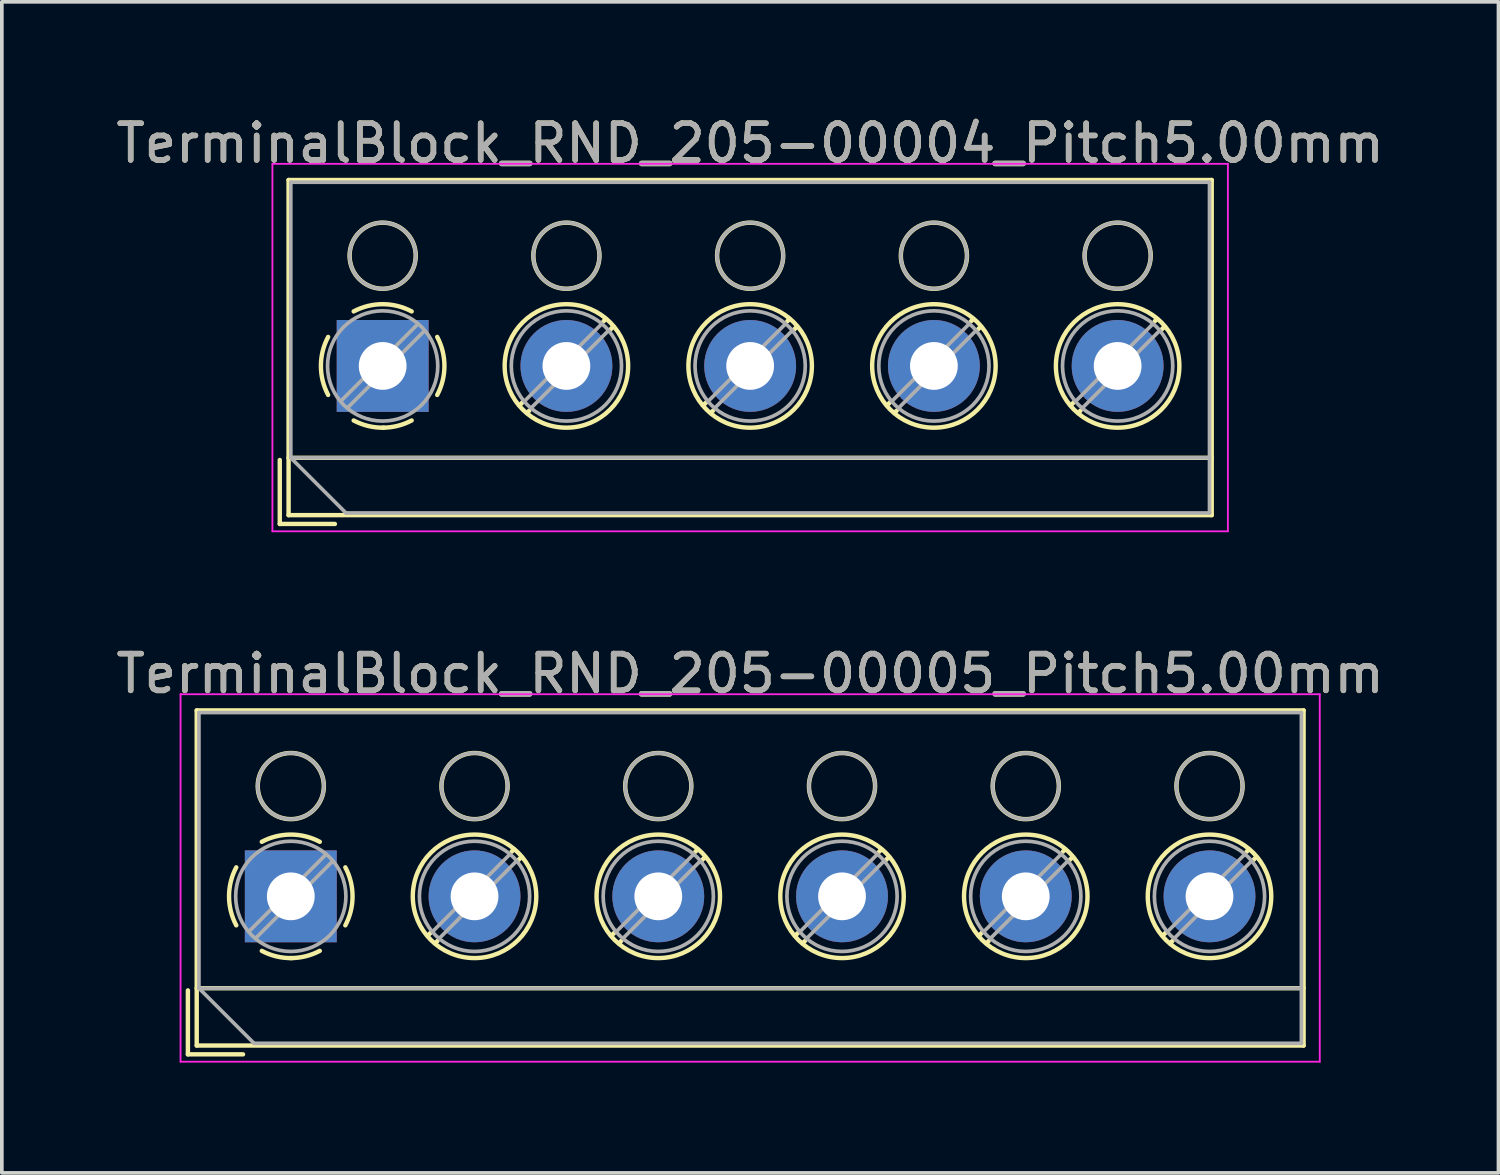
<source format=kicad_pcb>
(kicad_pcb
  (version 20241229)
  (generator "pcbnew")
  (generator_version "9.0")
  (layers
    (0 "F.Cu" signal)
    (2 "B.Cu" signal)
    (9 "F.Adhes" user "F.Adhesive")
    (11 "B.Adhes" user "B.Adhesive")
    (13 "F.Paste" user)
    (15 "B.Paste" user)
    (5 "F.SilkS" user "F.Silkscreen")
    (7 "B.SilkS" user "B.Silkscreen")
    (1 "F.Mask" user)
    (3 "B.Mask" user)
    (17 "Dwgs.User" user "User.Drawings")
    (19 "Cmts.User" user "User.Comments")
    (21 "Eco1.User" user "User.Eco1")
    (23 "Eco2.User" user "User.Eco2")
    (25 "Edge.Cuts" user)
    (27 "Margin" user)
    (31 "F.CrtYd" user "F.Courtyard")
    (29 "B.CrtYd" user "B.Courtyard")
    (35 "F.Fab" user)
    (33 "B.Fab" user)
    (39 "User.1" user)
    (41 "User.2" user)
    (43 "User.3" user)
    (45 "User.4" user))
  (footprint "TerminalBlock_RND_205-00004_Pitch5.00mm"
    (layer "F.Cu")
    (at 7.363 6.908)
    (property "Reference" "TerminalBlock_RND_205-00004_Pitch5.00mm" (at 10 -6.06 0) (layer "F.SilkS") (effects (font (size 1 1) (thickness 0.15))))
    (attr through_hole)
    (fp_line (start -2.8 2.56) (end -2.8 4.3) (stroke (width 0.12) (type solid)) (layer "F.SilkS"))
    (fp_line (start -2.8 4.3) (end -1.3 4.3) (stroke (width 0.12) (type solid)) (layer "F.SilkS"))
    (fp_line (start -2.56 -5.06) (end -2.56 4.06) (stroke (width 0.12) (type solid)) (layer "F.SilkS"))
    (fp_line (start -2.56 2.5) (end 22.56 2.5) (stroke (width 0.12) (type solid)) (layer "F.SilkS"))
    (fp_line (start -2.56 4.06) (end 22.56 4.06) (stroke (width 0.12) (type solid)) (layer "F.SilkS"))
    (fp_line (start 3.82 0.976) (end 3.726 1.069) (stroke (width 0.12) (type solid)) (layer "F.SilkS"))
    (fp_line (start 3.99 1.216) (end 3.931 1.274) (stroke (width 0.12) (type solid)) (layer "F.SilkS"))
    (fp_line (start 6.07 -1.275) (end 6.011 -1.216) (stroke (width 0.12) (type solid)) (layer "F.SilkS"))
    (fp_line (start 6.275 -1.069) (end 6.181 -0.976) (stroke (width 0.12) (type solid)) (layer "F.SilkS"))
    (fp_line (start 8.82 0.976) (end 8.726 1.069) (stroke (width 0.12) (type solid)) (layer "F.SilkS"))
    (fp_line (start 8.99 1.216) (end 8.931 1.274) (stroke (width 0.12) (type solid)) (layer "F.SilkS"))
    (fp_line (start 11.07 -1.275) (end 11.011 -1.216) (stroke (width 0.12) (type solid)) (layer "F.SilkS"))
    (fp_line (start 11.275 -1.069) (end 11.181 -0.976) (stroke (width 0.12) (type solid)) (layer "F.SilkS"))
    (fp_line (start 13.82 0.976) (end 13.726 1.069) (stroke (width 0.12) (type solid)) (layer "F.SilkS"))
    (fp_line (start 13.99 1.216) (end 13.931 1.274) (stroke (width 0.12) (type solid)) (layer "F.SilkS"))
    (fp_line (start 16.07 -1.275) (end 16.011 -1.216) (stroke (width 0.12) (type solid)) (layer "F.SilkS"))
    (fp_line (start 16.275 -1.069) (end 16.181 -0.976) (stroke (width 0.12) (type solid)) (layer "F.SilkS"))
    (fp_line (start 18.82 0.976) (end 18.726 1.069) (stroke (width 0.12) (type solid)) (layer "F.SilkS"))
    (fp_line (start 18.99 1.216) (end 18.931 1.274) (stroke (width 0.12) (type solid)) (layer "F.SilkS"))
    (fp_line (start 21.07 -1.275) (end 21.011 -1.216) (stroke (width 0.12) (type solid)) (layer "F.SilkS"))
    (fp_line (start 21.275 -1.069) (end 21.181 -0.976) (stroke (width 0.12) (type solid)) (layer "F.SilkS"))
    (fp_line (start 22.56 -5.06) (end -2.56 -5.06) (stroke (width 0.12) (type solid)) (layer "F.SilkS"))
    (fp_line (start 22.56 4.06) (end 22.56 -5.06) (stroke (width 0.12) (type solid)) (layer "F.SilkS"))
    (fp_arc (start -1.483953 0.789089) (mid -1.680708 0.00005) (end -1.484 -0.789) (stroke (width 0.12) (type solid)) (layer "F.SilkS"))
    (fp_arc (start -0.789089 -1.483953) (mid -0.00005 -1.680708) (end 0.789 -1.484) (stroke (width 0.12) (type solid)) (layer "F.SilkS"))
    (fp_arc (start 0.029383 1.68045) (mid -0.392304 1.634281) (end -0.789 1.484) (stroke (width 0.12) (type solid)) (layer "F.SilkS"))
    (fp_arc (start 0.788712 1.483352) (mid 0.406429 1.630097) (end 0 1.68) (stroke (width 0.12) (type solid)) (layer "F.SilkS"))
    (fp_arc (start 1.483953 -0.789089) (mid 1.680708 -0.00005) (end 1.484 0.789) (stroke (width 0.12) (type solid)) (layer "F.SilkS"))
    (fp_circle (center 0 -3) (end 0.9 -3) (stroke (width 0.12) (type solid)) (fill no) (layer "F.SilkS"))
    (fp_circle (center 5 -3) (end 5.9 -3) (stroke (width 0.12) (type solid)) (fill no) (layer "F.SilkS"))
    (fp_circle (center 5 0) (end 6.68 0) (stroke (width 0.12) (type solid)) (fill no) (layer "F.SilkS"))
    (fp_circle (center 10 -3) (end 10.9 -3) (stroke (width 0.12) (type solid)) (fill no) (layer "F.SilkS"))
    (fp_circle (center 10 0) (end 11.68 0) (stroke (width 0.12) (type solid)) (fill no) (layer "F.SilkS"))
    (fp_circle (center 15 -3) (end 15.9 -3) (stroke (width 0.12) (type solid)) (fill no) (layer "F.SilkS"))
    (fp_circle (center 15 0) (end 16.68 0) (stroke (width 0.12) (type solid)) (fill no) (layer "F.SilkS"))
    (fp_circle (center 20 -3) (end 20.9 -3) (stroke (width 0.12) (type solid)) (fill no) (layer "F.SilkS"))
    (fp_circle (center 20 0) (end 21.68 0) (stroke (width 0.12) (type solid)) (fill no) (layer "F.SilkS"))
    (fp_line (start -3 -5.5) (end -3 4.5) (stroke (width 0.05) (type solid)) (layer "F.CrtYd"))
    (fp_line (start -3 4.5) (end 23 4.5) (stroke (width 0.05) (type solid)) (layer "F.CrtYd"))
    (fp_line (start 23 -5.5) (end -3 -5.5) (stroke (width 0.05) (type solid)) (layer "F.CrtYd"))
    (fp_line (start 23 4.5) (end 23 -5.5) (stroke (width 0.05) (type solid)) (layer "F.CrtYd"))
    (fp_line (start -2.5 -5) (end 22.5 -5) (stroke (width 0.1) (type solid)) (layer "F.Fab"))
    (fp_line (start -2.5 2.5) (end -2.5 -5) (stroke (width 0.1) (type solid)) (layer "F.Fab"))
    (fp_line (start -2.5 2.5) (end 22.5 2.5) (stroke (width 0.1) (type solid)) (layer "F.Fab"))
    (fp_line (start -1 4) (end -2.5 2.5) (stroke (width 0.1) (type solid)) (layer "F.Fab"))
    (fp_line (start 0.955 -1.138) (end -1.138 0.955) (stroke (width 0.1) (type solid)) (layer "F.Fab"))
    (fp_line (start 1.138 -0.955) (end -0.955 1.138) (stroke (width 0.1) (type solid)) (layer "F.Fab"))
    (fp_line (start 5.955 -1.138) (end 3.863 0.955) (stroke (width 0.1) (type solid)) (layer "F.Fab"))
    (fp_line (start 6.138 -0.955) (end 4.046 1.138) (stroke (width 0.1) (type solid)) (layer "F.Fab"))
    (fp_line (start 10.955 -1.138) (end 8.863 0.955) (stroke (width 0.1) (type solid)) (layer "F.Fab"))
    (fp_line (start 11.138 -0.955) (end 9.046 1.138) (stroke (width 0.1) (type solid)) (layer "F.Fab"))
    (fp_line (start 15.955 -1.138) (end 13.863 0.955) (stroke (width 0.1) (type solid)) (layer "F.Fab"))
    (fp_line (start 16.138 -0.955) (end 14.046 1.138) (stroke (width 0.1) (type solid)) (layer "F.Fab"))
    (fp_line (start 20.955 -1.138) (end 18.863 0.955) (stroke (width 0.1) (type solid)) (layer "F.Fab"))
    (fp_line (start 21.138 -0.955) (end 19.046 1.138) (stroke (width 0.1) (type solid)) (layer "F.Fab"))
    (fp_line (start 22.5 -5) (end 22.5 4) (stroke (width 0.1) (type solid)) (layer "F.Fab"))
    (fp_line (start 22.5 4) (end -1 4) (stroke (width 0.1) (type solid)) (layer "F.Fab"))
    (fp_circle (center 0 -3) (end 0.9 -3) (stroke (width 0.1) (type solid)) (fill no) (layer "F.Fab"))
    (fp_circle (center 0 0) (end 1.5 0) (stroke (width 0.1) (type solid)) (fill no) (layer "F.Fab"))
    (fp_circle (center 5 -3) (end 5.9 -3) (stroke (width 0.1) (type solid)) (fill no) (layer "F.Fab"))
    (fp_circle (center 5 0) (end 6.5 0) (stroke (width 0.1) (type solid)) (fill no) (layer "F.Fab"))
    (fp_circle (center 10 -3) (end 10.9 -3) (stroke (width 0.1) (type solid)) (fill no) (layer "F.Fab"))
    (fp_circle (center 10 0) (end 11.5 0) (stroke (width 0.1) (type solid)) (fill no) (layer "F.Fab"))
    (fp_circle (center 15 -3) (end 15.9 -3) (stroke (width 0.1) (type solid)) (fill no) (layer "F.Fab"))
    (fp_circle (center 15 0) (end 16.5 0) (stroke (width 0.1) (type solid)) (fill no) (layer "F.Fab"))
    (fp_circle (center 20 -3) (end 20.9 -3) (stroke (width 0.1) (type solid)) (fill no) (layer "F.Fab"))
    (fp_circle (center 20 0) (end 21.5 0) (stroke (width 0.1) (type solid)) (fill no) (layer "F.Fab"))
    (fp_text user "${REFERENCE}" (at 10 -6.06 0) (layer "F.Fab") (effects (font (size 1 1) (thickness 0.15))))
    (pad "1" thru_hole rect (at 0 0) (size 2.5 2.5) (drill 1.3) (layers "*.Cu" "*.Mask"))
    (pad "2" thru_hole circle (at 5 0) (size 2.5 2.5) (drill 1.3) (layers "*.Cu" "*.Mask"))
    (pad "3" thru_hole circle (at 10 0) (size 2.5 2.5) (drill 1.3) (layers "*.Cu" "*.Mask"))
    (pad "4" thru_hole circle (at 15 0) (size 2.5 2.5) (drill 1.3) (layers "*.Cu" "*.Mask"))
    (pad "5" thru_hole circle (at 20 0) (size 2.5 2.5) (drill 1.3) (layers "*.Cu" "*.Mask")))
  (footprint "TerminalBlock_RND_205-00005_Pitch5.00mm"
    (layer "F.Cu")
    (at 4.863 21.341)
    (property "Reference" "TerminalBlock_RND_205-00005_Pitch5.00mm" (at 12.5 -6.06 0) (layer "F.SilkS") (effects (font (size 1 1) (thickness 0.15))))
    (attr through_hole)
    (fp_line (start -2.8 2.56) (end -2.8 4.3) (stroke (width 0.12) (type solid)) (layer "F.SilkS"))
    (fp_line (start -2.8 4.3) (end -1.3 4.3) (stroke (width 0.12) (type solid)) (layer "F.SilkS"))
    (fp_line (start -2.56 -5.06) (end -2.56 4.06) (stroke (width 0.12) (type solid)) (layer "F.SilkS"))
    (fp_line (start -2.56 2.5) (end 27.56 2.5) (stroke (width 0.12) (type solid)) (layer "F.SilkS"))
    (fp_line (start -2.56 4.06) (end 27.56 4.06) (stroke (width 0.12) (type solid)) (layer "F.SilkS"))
    (fp_line (start 3.82 0.976) (end 3.726 1.069) (stroke (width 0.12) (type solid)) (layer "F.SilkS"))
    (fp_line (start 3.99 1.216) (end 3.931 1.274) (stroke (width 0.12) (type solid)) (layer "F.SilkS"))
    (fp_line (start 6.07 -1.275) (end 6.011 -1.216) (stroke (width 0.12) (type solid)) (layer "F.SilkS"))
    (fp_line (start 6.275 -1.069) (end 6.181 -0.976) (stroke (width 0.12) (type solid)) (layer "F.SilkS"))
    (fp_line (start 8.82 0.976) (end 8.726 1.069) (stroke (width 0.12) (type solid)) (layer "F.SilkS"))
    (fp_line (start 8.99 1.216) (end 8.931 1.274) (stroke (width 0.12) (type solid)) (layer "F.SilkS"))
    (fp_line (start 11.07 -1.275) (end 11.011 -1.216) (stroke (width 0.12) (type solid)) (layer "F.SilkS"))
    (fp_line (start 11.275 -1.069) (end 11.181 -0.976) (stroke (width 0.12) (type solid)) (layer "F.SilkS"))
    (fp_line (start 13.82 0.976) (end 13.726 1.069) (stroke (width 0.12) (type solid)) (layer "F.SilkS"))
    (fp_line (start 13.99 1.216) (end 13.931 1.274) (stroke (width 0.12) (type solid)) (layer "F.SilkS"))
    (fp_line (start 16.07 -1.275) (end 16.011 -1.216) (stroke (width 0.12) (type solid)) (layer "F.SilkS"))
    (fp_line (start 16.275 -1.069) (end 16.181 -0.976) (stroke (width 0.12) (type solid)) (layer "F.SilkS"))
    (fp_line (start 18.82 0.976) (end 18.726 1.069) (stroke (width 0.12) (type solid)) (layer "F.SilkS"))
    (fp_line (start 18.99 1.216) (end 18.931 1.274) (stroke (width 0.12) (type solid)) (layer "F.SilkS"))
    (fp_line (start 21.07 -1.275) (end 21.011 -1.216) (stroke (width 0.12) (type solid)) (layer "F.SilkS"))
    (fp_line (start 21.275 -1.069) (end 21.181 -0.976) (stroke (width 0.12) (type solid)) (layer "F.SilkS"))
    (fp_line (start 23.82 0.976) (end 23.726 1.069) (stroke (width 0.12) (type solid)) (layer "F.SilkS"))
    (fp_line (start 23.99 1.216) (end 23.931 1.274) (stroke (width 0.12) (type solid)) (layer "F.SilkS"))
    (fp_line (start 26.07 -1.275) (end 26.011 -1.216) (stroke (width 0.12) (type solid)) (layer "F.SilkS"))
    (fp_line (start 26.275 -1.069) (end 26.181 -0.976) (stroke (width 0.12) (type solid)) (layer "F.SilkS"))
    (fp_line (start 27.56 -5.06) (end -2.56 -5.06) (stroke (width 0.12) (type solid)) (layer "F.SilkS"))
    (fp_line (start 27.56 4.06) (end 27.56 -5.06) (stroke (width 0.12) (type solid)) (layer "F.SilkS"))
    (fp_arc (start -1.483953 0.789089) (mid -1.680708 0.00005) (end -1.484 -0.789) (stroke (width 0.12) (type solid)) (layer "F.SilkS"))
    (fp_arc (start -0.789089 -1.483953) (mid -0.00005 -1.680708) (end 0.789 -1.484) (stroke (width 0.12) (type solid)) (layer "F.SilkS"))
    (fp_arc (start 0.029383 1.68045) (mid -0.392304 1.634281) (end -0.789 1.484) (stroke (width 0.12) (type solid)) (layer "F.SilkS"))
    (fp_arc (start 0.788712 1.483352) (mid 0.406429 1.630097) (end 0 1.68) (stroke (width 0.12) (type solid)) (layer "F.SilkS"))
    (fp_arc (start 1.483953 -0.789089) (mid 1.680708 -0.00005) (end 1.484 0.789) (stroke (width 0.12) (type solid)) (layer "F.SilkS"))
    (fp_circle (center 0 -3) (end 0.9 -3) (stroke (width 0.12) (type solid)) (fill no) (layer "F.SilkS"))
    (fp_circle (center 5 -3) (end 5.9 -3) (stroke (width 0.12) (type solid)) (fill no) (layer "F.SilkS"))
    (fp_circle (center 5 0) (end 6.68 0) (stroke (width 0.12) (type solid)) (fill no) (layer "F.SilkS"))
    (fp_circle (center 10 -3) (end 10.9 -3) (stroke (width 0.12) (type solid)) (fill no) (layer "F.SilkS"))
    (fp_circle (center 10 0) (end 11.68 0) (stroke (width 0.12) (type solid)) (fill no) (layer "F.SilkS"))
    (fp_circle (center 15 -3) (end 15.9 -3) (stroke (width 0.12) (type solid)) (fill no) (layer "F.SilkS"))
    (fp_circle (center 15 0) (end 16.68 0) (stroke (width 0.12) (type solid)) (fill no) (layer "F.SilkS"))
    (fp_circle (center 20 -3) (end 20.9 -3) (stroke (width 0.12) (type solid)) (fill no) (layer "F.SilkS"))
    (fp_circle (center 20 0) (end 21.68 0) (stroke (width 0.12) (type solid)) (fill no) (layer "F.SilkS"))
    (fp_circle (center 25 -3) (end 25.9 -3) (stroke (width 0.12) (type solid)) (fill no) (layer "F.SilkS"))
    (fp_circle (center 25 0) (end 26.68 0) (stroke (width 0.12) (type solid)) (fill no) (layer "F.SilkS"))
    (fp_line (start -3 -5.5) (end -3 4.5) (stroke (width 0.05) (type solid)) (layer "F.CrtYd"))
    (fp_line (start -3 4.5) (end 28 4.5) (stroke (width 0.05) (type solid)) (layer "F.CrtYd"))
    (fp_line (start 28 -5.5) (end -3 -5.5) (stroke (width 0.05) (type solid)) (layer "F.CrtYd"))
    (fp_line (start 28 4.5) (end 28 -5.5) (stroke (width 0.05) (type solid)) (layer "F.CrtYd"))
    (fp_line (start -2.5 -5) (end 27.5 -5) (stroke (width 0.1) (type solid)) (layer "F.Fab"))
    (fp_line (start -2.5 2.5) (end -2.5 -5) (stroke (width 0.1) (type solid)) (layer "F.Fab"))
    (fp_line (start -2.5 2.5) (end 27.5 2.5) (stroke (width 0.1) (type solid)) (layer "F.Fab"))
    (fp_line (start -1 4) (end -2.5 2.5) (stroke (width 0.1) (type solid)) (layer "F.Fab"))
    (fp_line (start 0.955 -1.138) (end -1.138 0.955) (stroke (width 0.1) (type solid)) (layer "F.Fab"))
    (fp_line (start 1.138 -0.955) (end -0.955 1.138) (stroke (width 0.1) (type solid)) (layer "F.Fab"))
    (fp_line (start 5.955 -1.138) (end 3.863 0.955) (stroke (width 0.1) (type solid)) (layer "F.Fab"))
    (fp_line (start 6.138 -0.955) (end 4.046 1.138) (stroke (width 0.1) (type solid)) (layer "F.Fab"))
    (fp_line (start 10.955 -1.138) (end 8.863 0.955) (stroke (width 0.1) (type solid)) (layer "F.Fab"))
    (fp_line (start 11.138 -0.955) (end 9.046 1.138) (stroke (width 0.1) (type solid)) (layer "F.Fab"))
    (fp_line (start 15.955 -1.138) (end 13.863 0.955) (stroke (width 0.1) (type solid)) (layer "F.Fab"))
    (fp_line (start 16.138 -0.955) (end 14.046 1.138) (stroke (width 0.1) (type solid)) (layer "F.Fab"))
    (fp_line (start 20.955 -1.138) (end 18.863 0.955) (stroke (width 0.1) (type solid)) (layer "F.Fab"))
    (fp_line (start 21.138 -0.955) (end 19.046 1.138) (stroke (width 0.1) (type solid)) (layer "F.Fab"))
    (fp_line (start 25.955 -1.138) (end 23.863 0.955) (stroke (width 0.1) (type solid)) (layer "F.Fab"))
    (fp_line (start 26.138 -0.955) (end 24.046 1.138) (stroke (width 0.1) (type solid)) (layer "F.Fab"))
    (fp_line (start 27.5 -5) (end 27.5 4) (stroke (width 0.1) (type solid)) (layer "F.Fab"))
    (fp_line (start 27.5 4) (end -1 4) (stroke (width 0.1) (type solid)) (layer "F.Fab"))
    (fp_circle (center 0 -3) (end 0.9 -3) (stroke (width 0.1) (type solid)) (fill no) (layer "F.Fab"))
    (fp_circle (center 0 0) (end 1.5 0) (stroke (width 0.1) (type solid)) (fill no) (layer "F.Fab"))
    (fp_circle (center 5 -3) (end 5.9 -3) (stroke (width 0.1) (type solid)) (fill no) (layer "F.Fab"))
    (fp_circle (center 5 0) (end 6.5 0) (stroke (width 0.1) (type solid)) (fill no) (layer "F.Fab"))
    (fp_circle (center 10 -3) (end 10.9 -3) (stroke (width 0.1) (type solid)) (fill no) (layer "F.Fab"))
    (fp_circle (center 10 0) (end 11.5 0) (stroke (width 0.1) (type solid)) (fill no) (layer "F.Fab"))
    (fp_circle (center 15 -3) (end 15.9 -3) (stroke (width 0.1) (type solid)) (fill no) (layer "F.Fab"))
    (fp_circle (center 15 0) (end 16.5 0) (stroke (width 0.1) (type solid)) (fill no) (layer "F.Fab"))
    (fp_circle (center 20 -3) (end 20.9 -3) (stroke (width 0.1) (type solid)) (fill no) (layer "F.Fab"))
    (fp_circle (center 20 0) (end 21.5 0) (stroke (width 0.1) (type solid)) (fill no) (layer "F.Fab"))
    (fp_circle (center 25 -3) (end 25.9 -3) (stroke (width 0.1) (type solid)) (fill no) (layer "F.Fab"))
    (fp_circle (center 25 0) (end 26.5 0) (stroke (width 0.1) (type solid)) (fill no) (layer "F.Fab"))
    (fp_text user "${REFERENCE}" (at 12.5 -6.06 0) (layer "F.Fab") (effects (font (size 1 1) (thickness 0.15))))
    (pad "1" thru_hole rect (at 0 0) (size 2.5 2.5) (drill 1.3) (layers "*.Cu" "*.Mask"))
    (pad "2" thru_hole circle (at 5 0) (size 2.5 2.5) (drill 1.3) (layers "*.Cu" "*.Mask"))
    (pad "3" thru_hole circle (at 10 0) (size 2.5 2.5) (drill 1.3) (layers "*.Cu" "*.Mask"))
    (pad "4" thru_hole circle (at 15 0) (size 2.5 2.5) (drill 1.3) (layers "*.Cu" "*.Mask"))
    (pad "5" thru_hole circle (at 20 0) (size 2.5 2.5) (drill 1.3) (layers "*.Cu" "*.Mask"))
    (pad "6" thru_hole circle (at 25 0) (size 2.5 2.5) (drill 1.3) (layers "*.Cu" "*.Mask")))
  (gr_rect
    (start -3 -3)
    (end 37.726 28.866)
    (stroke (width 0.1) (type default))
    (fill no)
    (layer "Edge.Cuts")))
</source>
